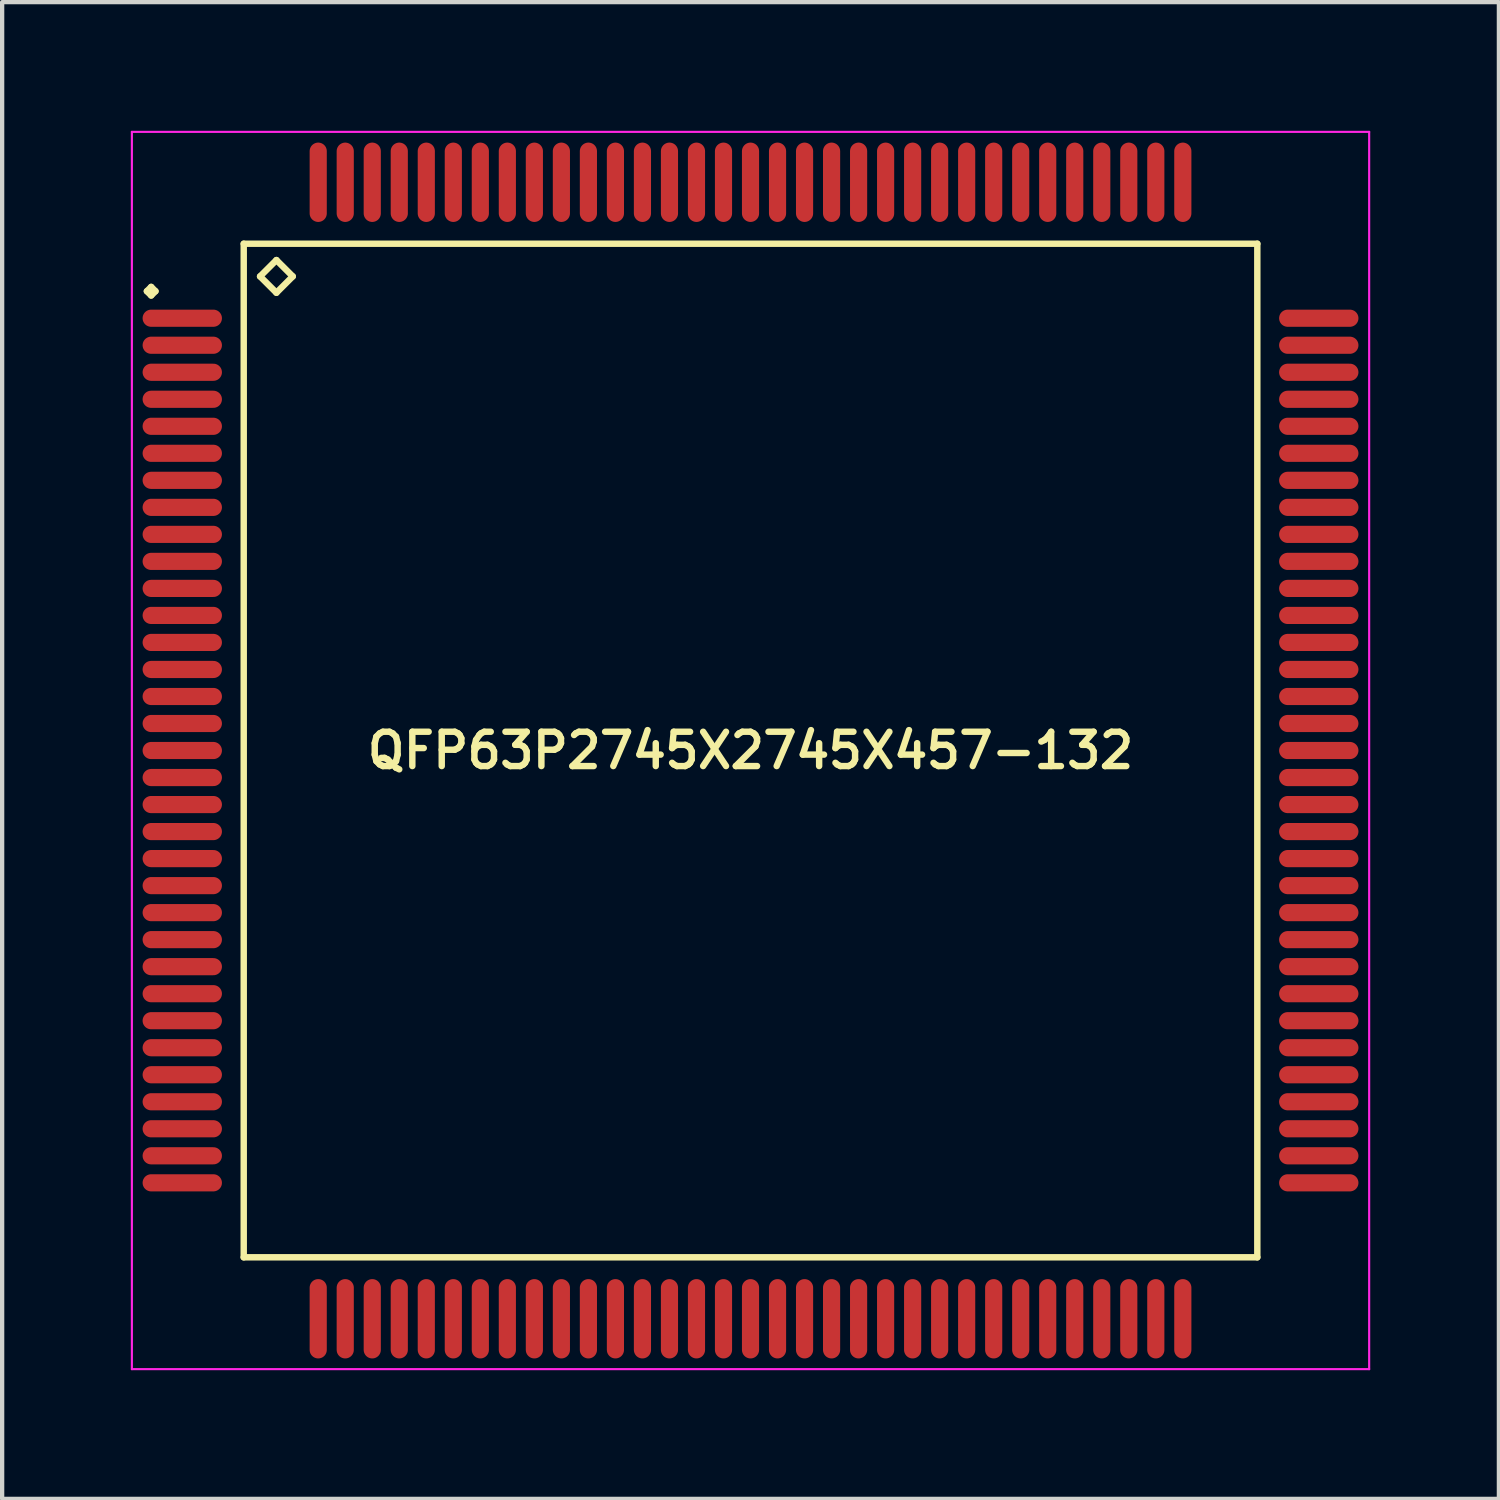
<source format=kicad_pcb>
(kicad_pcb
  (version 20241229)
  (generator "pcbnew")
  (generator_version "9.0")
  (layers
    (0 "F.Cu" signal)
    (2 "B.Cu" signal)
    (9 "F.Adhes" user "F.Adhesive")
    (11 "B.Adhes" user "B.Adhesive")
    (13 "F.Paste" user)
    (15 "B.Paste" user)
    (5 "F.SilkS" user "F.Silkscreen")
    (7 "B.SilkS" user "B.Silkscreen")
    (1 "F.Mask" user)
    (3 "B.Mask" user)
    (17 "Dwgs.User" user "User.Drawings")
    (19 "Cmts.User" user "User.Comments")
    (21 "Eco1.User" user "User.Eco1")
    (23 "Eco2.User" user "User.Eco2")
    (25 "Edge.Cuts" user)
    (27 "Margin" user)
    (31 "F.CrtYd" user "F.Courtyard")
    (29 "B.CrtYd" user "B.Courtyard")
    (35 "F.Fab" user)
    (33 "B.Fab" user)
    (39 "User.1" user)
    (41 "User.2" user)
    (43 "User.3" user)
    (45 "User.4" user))
  (footprint "QFP63P2745X2745X457-132"
    (layer "F.Cu")
    (at 14.45 14.45)
    (property "Reference" "QFP63P2745X2745X457-132" (at 0 0 0) (layer "F.SilkS") (effects (font (size 0.8 0.8) (thickness 0.15))))
    (attr smd)
    (fp_line (start -14.075 -10.71) (end -13.975 -10.81) (stroke (width 0.15) (type solid)) (layer "F.SilkS"))
    (fp_line (start -13.975 -10.81) (end -13.875 -10.71) (stroke (width 0.15) (type solid)) (layer "F.SilkS"))
    (fp_line (start -13.975 -10.61) (end -14.075 -10.71) (stroke (width 0.15) (type solid)) (layer "F.SilkS"))
    (fp_line (start -13.875 -10.71) (end -13.975 -10.61) (stroke (width 0.15) (type solid)) (layer "F.SilkS"))
    (fp_line (start -11.817 -11.817) (end -11.817 11.817) (stroke (width 0.15) (type solid)) (layer "F.SilkS"))
    (fp_line (start -11.817 11.817) (end 11.817 11.817) (stroke (width 0.15) (type solid)) (layer "F.SilkS"))
    (fp_line (start -11.436 -11.055) (end -11.055 -11.436) (stroke (width 0.15) (type solid)) (layer "F.SilkS"))
    (fp_line (start -11.055 -11.436) (end -10.674 -11.055) (stroke (width 0.15) (type solid)) (layer "F.SilkS"))
    (fp_line (start -11.055 -10.674) (end -11.436 -11.055) (stroke (width 0.15) (type solid)) (layer "F.SilkS"))
    (fp_line (start -10.674 -11.055) (end -11.055 -10.674) (stroke (width 0.15) (type solid)) (layer "F.SilkS"))
    (fp_line (start 11.817 -11.817) (end -11.817 -11.817) (stroke (width 0.15) (type solid)) (layer "F.SilkS"))
    (fp_line (start 11.817 11.817) (end 11.817 -11.817) (stroke (width 0.15) (type solid)) (layer "F.SilkS"))
    (fp_line (start -14.425 -14.425) (end 14.425 -14.425) (stroke (width 0.05) (type solid)) (layer "F.CrtYd"))
    (fp_line (start -14.425 14.425) (end -14.425 -14.425) (stroke (width 0.05) (type solid)) (layer "F.CrtYd"))
    (fp_line (start 14.425 -14.425) (end 14.425 14.425) (stroke (width 0.05) (type solid)) (layer "F.CrtYd"))
    (fp_line (start 14.425 14.425) (end -14.425 14.425) (stroke (width 0.05) (type solid)) (layer "F.CrtYd"))
    (pad "1" smd oval (at -13.25 -10.08) (size 1.85 0.4) (layers "F.Cu" "F.Mask" "F.Paste"))
    (pad "2" smd oval (at -13.25 -9.45) (size 1.85 0.4) (layers "F.Cu" "F.Mask" "F.Paste"))
    (pad "3" smd oval (at -13.25 -8.82) (size 1.85 0.4) (layers "F.Cu" "F.Mask" "F.Paste"))
    (pad "4" smd oval (at -13.25 -8.19) (size 1.85 0.4) (layers "F.Cu" "F.Mask" "F.Paste"))
    (pad "5" smd oval (at -13.25 -7.56) (size 1.85 0.4) (layers "F.Cu" "F.Mask" "F.Paste"))
    (pad "6" smd oval (at -13.25 -6.93) (size 1.85 0.4) (layers "F.Cu" "F.Mask" "F.Paste"))
    (pad "7" smd oval (at -13.25 -6.3) (size 1.85 0.4) (layers "F.Cu" "F.Mask" "F.Paste"))
    (pad "8" smd oval (at -13.25 -5.67) (size 1.85 0.4) (layers "F.Cu" "F.Mask" "F.Paste"))
    (pad "9" smd oval (at -13.25 -5.04) (size 1.85 0.4) (layers "F.Cu" "F.Mask" "F.Paste"))
    (pad "10" smd oval (at -13.25 -4.41) (size 1.85 0.4) (layers "F.Cu" "F.Mask" "F.Paste"))
    (pad "11" smd oval (at -13.25 -3.78) (size 1.85 0.4) (layers "F.Cu" "F.Mask" "F.Paste"))
    (pad "12" smd oval (at -13.25 -3.15) (size 1.85 0.4) (layers "F.Cu" "F.Mask" "F.Paste"))
    (pad "13" smd oval (at -13.25 -2.52) (size 1.85 0.4) (layers "F.Cu" "F.Mask" "F.Paste"))
    (pad "14" smd oval (at -13.25 -1.89) (size 1.85 0.4) (layers "F.Cu" "F.Mask" "F.Paste"))
    (pad "15" smd oval (at -13.25 -1.26) (size 1.85 0.4) (layers "F.Cu" "F.Mask" "F.Paste"))
    (pad "16" smd oval (at -13.25 -0.63) (size 1.85 0.4) (layers "F.Cu" "F.Mask" "F.Paste"))
    (pad "17" smd oval (at -13.25 0) (size 1.85 0.4) (layers "F.Cu" "F.Mask" "F.Paste"))
    (pad "18" smd oval (at -13.25 0.63) (size 1.85 0.4) (layers "F.Cu" "F.Mask" "F.Paste"))
    (pad "19" smd oval (at -13.25 1.26) (size 1.85 0.4) (layers "F.Cu" "F.Mask" "F.Paste"))
    (pad "20" smd oval (at -13.25 1.89) (size 1.85 0.4) (layers "F.Cu" "F.Mask" "F.Paste"))
    (pad "21" smd oval (at -13.25 2.52) (size 1.85 0.4) (layers "F.Cu" "F.Mask" "F.Paste"))
    (pad "22" smd oval (at -13.25 3.15) (size 1.85 0.4) (layers "F.Cu" "F.Mask" "F.Paste"))
    (pad "23" smd oval (at -13.25 3.78) (size 1.85 0.4) (layers "F.Cu" "F.Mask" "F.Paste"))
    (pad "24" smd oval (at -13.25 4.41) (size 1.85 0.4) (layers "F.Cu" "F.Mask" "F.Paste"))
    (pad "25" smd oval (at -13.25 5.04) (size 1.85 0.4) (layers "F.Cu" "F.Mask" "F.Paste"))
    (pad "26" smd oval (at -13.25 5.67) (size 1.85 0.4) (layers "F.Cu" "F.Mask" "F.Paste"))
    (pad "27" smd oval (at -13.25 6.3) (size 1.85 0.4) (layers "F.Cu" "F.Mask" "F.Paste"))
    (pad "28" smd oval (at -13.25 6.93) (size 1.85 0.4) (layers "F.Cu" "F.Mask" "F.Paste"))
    (pad "29" smd oval (at -13.25 7.56) (size 1.85 0.4) (layers "F.Cu" "F.Mask" "F.Paste"))
    (pad "30" smd oval (at -13.25 8.19) (size 1.85 0.4) (layers "F.Cu" "F.Mask" "F.Paste"))
    (pad "31" smd oval (at -13.25 8.82) (size 1.85 0.4) (layers "F.Cu" "F.Mask" "F.Paste"))
    (pad "32" smd oval (at -13.25 9.45) (size 1.85 0.4) (layers "F.Cu" "F.Mask" "F.Paste"))
    (pad "33" smd oval (at -13.25 10.08) (size 1.85 0.4) (layers "F.Cu" "F.Mask" "F.Paste"))
    (pad "34" smd oval (at -10.08 13.25) (size 0.4 1.85) (layers "F.Cu" "F.Mask" "F.Paste"))
    (pad "35" smd oval (at -9.45 13.25) (size 0.4 1.85) (layers "F.Cu" "F.Mask" "F.Paste"))
    (pad "36" smd oval (at -8.82 13.25) (size 0.4 1.85) (layers "F.Cu" "F.Mask" "F.Paste"))
    (pad "37" smd oval (at -8.19 13.25) (size 0.4 1.85) (layers "F.Cu" "F.Mask" "F.Paste"))
    (pad "38" smd oval (at -7.56 13.25) (size 0.4 1.85) (layers "F.Cu" "F.Mask" "F.Paste"))
    (pad "39" smd oval (at -6.93 13.25) (size 0.4 1.85) (layers "F.Cu" "F.Mask" "F.Paste"))
    (pad "40" smd oval (at -6.3 13.25) (size 0.4 1.85) (layers "F.Cu" "F.Mask" "F.Paste"))
    (pad "41" smd oval (at -5.67 13.25) (size 0.4 1.85) (layers "F.Cu" "F.Mask" "F.Paste"))
    (pad "42" smd oval (at -5.04 13.25) (size 0.4 1.85) (layers "F.Cu" "F.Mask" "F.Paste"))
    (pad "43" smd oval (at -4.41 13.25) (size 0.4 1.85) (layers "F.Cu" "F.Mask" "F.Paste"))
    (pad "44" smd oval (at -3.78 13.25) (size 0.4 1.85) (layers "F.Cu" "F.Mask" "F.Paste"))
    (pad "45" smd oval (at -3.15 13.25) (size 0.4 1.85) (layers "F.Cu" "F.Mask" "F.Paste"))
    (pad "46" smd oval (at -2.52 13.25) (size 0.4 1.85) (layers "F.Cu" "F.Mask" "F.Paste"))
    (pad "47" smd oval (at -1.89 13.25) (size 0.4 1.85) (layers "F.Cu" "F.Mask" "F.Paste"))
    (pad "48" smd oval (at -1.26 13.25) (size 0.4 1.85) (layers "F.Cu" "F.Mask" "F.Paste"))
    (pad "49" smd oval (at -0.63 13.25) (size 0.4 1.85) (layers "F.Cu" "F.Mask" "F.Paste"))
    (pad "50" smd oval (at 0 13.25) (size 0.4 1.85) (layers "F.Cu" "F.Mask" "F.Paste"))
    (pad "51" smd oval (at 0.63 13.25) (size 0.4 1.85) (layers "F.Cu" "F.Mask" "F.Paste"))
    (pad "52" smd oval (at 1.26 13.25) (size 0.4 1.85) (layers "F.Cu" "F.Mask" "F.Paste"))
    (pad "53" smd oval (at 1.89 13.25) (size 0.4 1.85) (layers "F.Cu" "F.Mask" "F.Paste"))
    (pad "54" smd oval (at 2.52 13.25) (size 0.4 1.85) (layers "F.Cu" "F.Mask" "F.Paste"))
    (pad "55" smd oval (at 3.15 13.25) (size 0.4 1.85) (layers "F.Cu" "F.Mask" "F.Paste"))
    (pad "56" smd oval (at 3.78 13.25) (size 0.4 1.85) (layers "F.Cu" "F.Mask" "F.Paste"))
    (pad "57" smd oval (at 4.41 13.25) (size 0.4 1.85) (layers "F.Cu" "F.Mask" "F.Paste"))
    (pad "58" smd oval (at 5.04 13.25) (size 0.4 1.85) (layers "F.Cu" "F.Mask" "F.Paste"))
    (pad "59" smd oval (at 5.67 13.25) (size 0.4 1.85) (layers "F.Cu" "F.Mask" "F.Paste"))
    (pad "60" smd oval (at 6.3 13.25) (size 0.4 1.85) (layers "F.Cu" "F.Mask" "F.Paste"))
    (pad "61" smd oval (at 6.93 13.25) (size 0.4 1.85) (layers "F.Cu" "F.Mask" "F.Paste"))
    (pad "62" smd oval (at 7.56 13.25) (size 0.4 1.85) (layers "F.Cu" "F.Mask" "F.Paste"))
    (pad "63" smd oval (at 8.19 13.25) (size 0.4 1.85) (layers "F.Cu" "F.Mask" "F.Paste"))
    (pad "64" smd oval (at 8.82 13.25) (size 0.4 1.85) (layers "F.Cu" "F.Mask" "F.Paste"))
    (pad "65" smd oval (at 9.45 13.25) (size 0.4 1.85) (layers "F.Cu" "F.Mask" "F.Paste"))
    (pad "66" smd oval (at 10.08 13.25) (size 0.4 1.85) (layers "F.Cu" "F.Mask" "F.Paste"))
    (pad "67" smd oval (at 13.25 10.08) (size 1.85 0.4) (layers "F.Cu" "F.Mask" "F.Paste"))
    (pad "68" smd oval (at 13.25 9.45) (size 1.85 0.4) (layers "F.Cu" "F.Mask" "F.Paste"))
    (pad "69" smd oval (at 13.25 8.82) (size 1.85 0.4) (layers "F.Cu" "F.Mask" "F.Paste"))
    (pad "70" smd oval (at 13.25 8.19) (size 1.85 0.4) (layers "F.Cu" "F.Mask" "F.Paste"))
    (pad "71" smd oval (at 13.25 7.56) (size 1.85 0.4) (layers "F.Cu" "F.Mask" "F.Paste"))
    (pad "72" smd oval (at 13.25 6.93) (size 1.85 0.4) (layers "F.Cu" "F.Mask" "F.Paste"))
    (pad "73" smd oval (at 13.25 6.3) (size 1.85 0.4) (layers "F.Cu" "F.Mask" "F.Paste"))
    (pad "74" smd oval (at 13.25 5.67) (size 1.85 0.4) (layers "F.Cu" "F.Mask" "F.Paste"))
    (pad "75" smd oval (at 13.25 5.04) (size 1.85 0.4) (layers "F.Cu" "F.Mask" "F.Paste"))
    (pad "76" smd oval (at 13.25 4.41) (size 1.85 0.4) (layers "F.Cu" "F.Mask" "F.Paste"))
    (pad "77" smd oval (at 13.25 3.78) (size 1.85 0.4) (layers "F.Cu" "F.Mask" "F.Paste"))
    (pad "78" smd oval (at 13.25 3.15) (size 1.85 0.4) (layers "F.Cu" "F.Mask" "F.Paste"))
    (pad "79" smd oval (at 13.25 2.52) (size 1.85 0.4) (layers "F.Cu" "F.Mask" "F.Paste"))
    (pad "80" smd oval (at 13.25 1.89) (size 1.85 0.4) (layers "F.Cu" "F.Mask" "F.Paste"))
    (pad "81" smd oval (at 13.25 1.26) (size 1.85 0.4) (layers "F.Cu" "F.Mask" "F.Paste"))
    (pad "82" smd oval (at 13.25 0.63) (size 1.85 0.4) (layers "F.Cu" "F.Mask" "F.Paste"))
    (pad "83" smd oval (at 13.25 0) (size 1.85 0.4) (layers "F.Cu" "F.Mask" "F.Paste"))
    (pad "84" smd oval (at 13.25 -0.63) (size 1.85 0.4) (layers "F.Cu" "F.Mask" "F.Paste"))
    (pad "85" smd oval (at 13.25 -1.26) (size 1.85 0.4) (layers "F.Cu" "F.Mask" "F.Paste"))
    (pad "86" smd oval (at 13.25 -1.89) (size 1.85 0.4) (layers "F.Cu" "F.Mask" "F.Paste"))
    (pad "87" smd oval (at 13.25 -2.52) (size 1.85 0.4) (layers "F.Cu" "F.Mask" "F.Paste"))
    (pad "88" smd oval (at 13.25 -3.15) (size 1.85 0.4) (layers "F.Cu" "F.Mask" "F.Paste"))
    (pad "89" smd oval (at 13.25 -3.78) (size 1.85 0.4) (layers "F.Cu" "F.Mask" "F.Paste"))
    (pad "90" smd oval (at 13.25 -4.41) (size 1.85 0.4) (layers "F.Cu" "F.Mask" "F.Paste"))
    (pad "91" smd oval (at 13.25 -5.04) (size 1.85 0.4) (layers "F.Cu" "F.Mask" "F.Paste"))
    (pad "92" smd oval (at 13.25 -5.67) (size 1.85 0.4) (layers "F.Cu" "F.Mask" "F.Paste"))
    (pad "93" smd oval (at 13.25 -6.3) (size 1.85 0.4) (layers "F.Cu" "F.Mask" "F.Paste"))
    (pad "94" smd oval (at 13.25 -6.93) (size 1.85 0.4) (layers "F.Cu" "F.Mask" "F.Paste"))
    (pad "95" smd oval (at 13.25 -7.56) (size 1.85 0.4) (layers "F.Cu" "F.Mask" "F.Paste"))
    (pad "96" smd oval (at 13.25 -8.19) (size 1.85 0.4) (layers "F.Cu" "F.Mask" "F.Paste"))
    (pad "97" smd oval (at 13.25 -8.82) (size 1.85 0.4) (layers "F.Cu" "F.Mask" "F.Paste"))
    (pad "98" smd oval (at 13.25 -9.45) (size 1.85 0.4) (layers "F.Cu" "F.Mask" "F.Paste"))
    (pad "99" smd oval (at 13.25 -10.08) (size 1.85 0.4) (layers "F.Cu" "F.Mask" "F.Paste"))
    (pad "100" smd oval (at 10.08 -13.25) (size 0.4 1.85) (layers "F.Cu" "F.Mask" "F.Paste"))
    (pad "101" smd oval (at 9.45 -13.25) (size 0.4 1.85) (layers "F.Cu" "F.Mask" "F.Paste"))
    (pad "102" smd oval (at 8.82 -13.25) (size 0.4 1.85) (layers "F.Cu" "F.Mask" "F.Paste"))
    (pad "103" smd oval (at 8.19 -13.25) (size 0.4 1.85) (layers "F.Cu" "F.Mask" "F.Paste"))
    (pad "104" smd oval (at 7.56 -13.25) (size 0.4 1.85) (layers "F.Cu" "F.Mask" "F.Paste"))
    (pad "105" smd oval (at 6.93 -13.25) (size 0.4 1.85) (layers "F.Cu" "F.Mask" "F.Paste"))
    (pad "106" smd oval (at 6.3 -13.25) (size 0.4 1.85) (layers "F.Cu" "F.Mask" "F.Paste"))
    (pad "107" smd oval (at 5.67 -13.25) (size 0.4 1.85) (layers "F.Cu" "F.Mask" "F.Paste"))
    (pad "108" smd oval (at 5.04 -13.25) (size 0.4 1.85) (layers "F.Cu" "F.Mask" "F.Paste"))
    (pad "109" smd oval (at 4.41 -13.25) (size 0.4 1.85) (layers "F.Cu" "F.Mask" "F.Paste"))
    (pad "110" smd oval (at 3.78 -13.25) (size 0.4 1.85) (layers "F.Cu" "F.Mask" "F.Paste"))
    (pad "111" smd oval (at 3.15 -13.25) (size 0.4 1.85) (layers "F.Cu" "F.Mask" "F.Paste"))
    (pad "112" smd oval (at 2.52 -13.25) (size 0.4 1.85) (layers "F.Cu" "F.Mask" "F.Paste"))
    (pad "113" smd oval (at 1.89 -13.25) (size 0.4 1.85) (layers "F.Cu" "F.Mask" "F.Paste"))
    (pad "114" smd oval (at 1.26 -13.25) (size 0.4 1.85) (layers "F.Cu" "F.Mask" "F.Paste"))
    (pad "115" smd oval (at 0.63 -13.25) (size 0.4 1.85) (layers "F.Cu" "F.Mask" "F.Paste"))
    (pad "116" smd oval (at 0 -13.25) (size 0.4 1.85) (layers "F.Cu" "F.Mask" "F.Paste"))
    (pad "117" smd oval (at -0.63 -13.25) (size 0.4 1.85) (layers "F.Cu" "F.Mask" "F.Paste"))
    (pad "118" smd oval (at -1.26 -13.25) (size 0.4 1.85) (layers "F.Cu" "F.Mask" "F.Paste"))
    (pad "119" smd oval (at -1.89 -13.25) (size 0.4 1.85) (layers "F.Cu" "F.Mask" "F.Paste"))
    (pad "120" smd oval (at -2.52 -13.25) (size 0.4 1.85) (layers "F.Cu" "F.Mask" "F.Paste"))
    (pad "121" smd oval (at -3.15 -13.25) (size 0.4 1.85) (layers "F.Cu" "F.Mask" "F.Paste"))
    (pad "122" smd oval (at -3.78 -13.25) (size 0.4 1.85) (layers "F.Cu" "F.Mask" "F.Paste"))
    (pad "123" smd oval (at -4.41 -13.25) (size 0.4 1.85) (layers "F.Cu" "F.Mask" "F.Paste"))
    (pad "124" smd oval (at -5.04 -13.25) (size 0.4 1.85) (layers "F.Cu" "F.Mask" "F.Paste"))
    (pad "125" smd oval (at -5.67 -13.25) (size 0.4 1.85) (layers "F.Cu" "F.Mask" "F.Paste"))
    (pad "126" smd oval (at -6.3 -13.25) (size 0.4 1.85) (layers "F.Cu" "F.Mask" "F.Paste"))
    (pad "127" smd oval (at -6.93 -13.25) (size 0.4 1.85) (layers "F.Cu" "F.Mask" "F.Paste"))
    (pad "128" smd oval (at -7.56 -13.25) (size 0.4 1.85) (layers "F.Cu" "F.Mask" "F.Paste"))
    (pad "129" smd oval (at -8.19 -13.25) (size 0.4 1.85) (layers "F.Cu" "F.Mask" "F.Paste"))
    (pad "130" smd oval (at -8.82 -13.25) (size 0.4 1.85) (layers "F.Cu" "F.Mask" "F.Paste"))
    (pad "131" smd oval (at -9.45 -13.25) (size 0.4 1.85) (layers "F.Cu" "F.Mask" "F.Paste"))
    (pad "132" smd oval (at -10.08 -13.25) (size 0.4 1.85) (layers "F.Cu" "F.Mask" "F.Paste")))
  (gr_rect
    (start -3 -3)
    (end 31.9 31.9)
    (stroke (width 0.1) (type default))
    (fill no)
    (layer "Edge.Cuts")))
</source>
